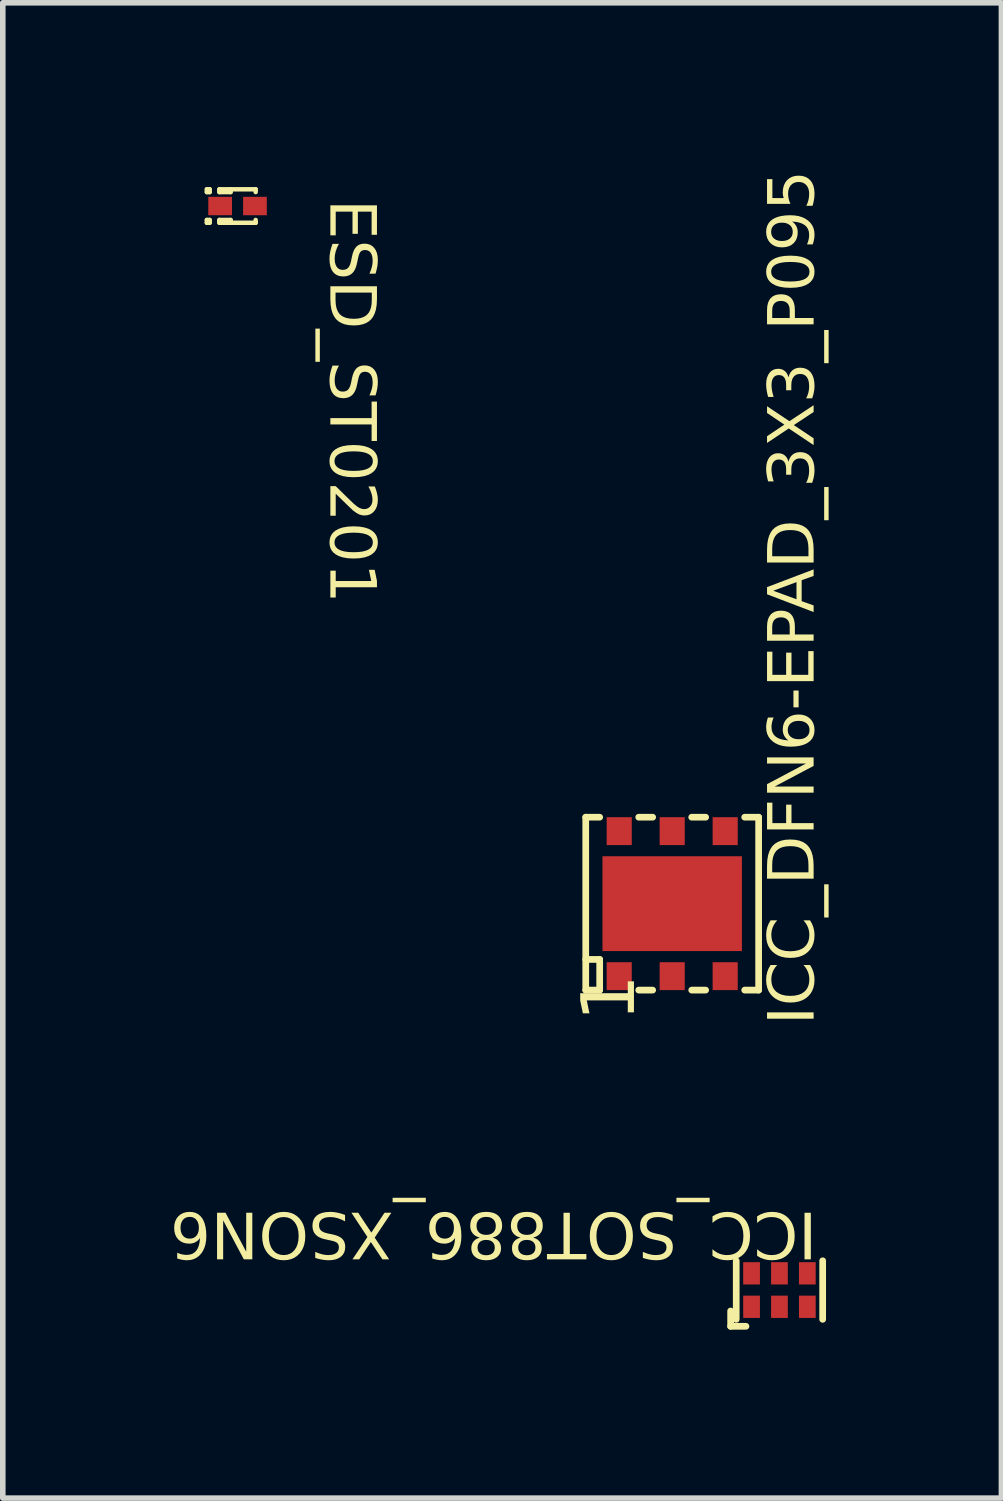
<source format=kicad_pcb>
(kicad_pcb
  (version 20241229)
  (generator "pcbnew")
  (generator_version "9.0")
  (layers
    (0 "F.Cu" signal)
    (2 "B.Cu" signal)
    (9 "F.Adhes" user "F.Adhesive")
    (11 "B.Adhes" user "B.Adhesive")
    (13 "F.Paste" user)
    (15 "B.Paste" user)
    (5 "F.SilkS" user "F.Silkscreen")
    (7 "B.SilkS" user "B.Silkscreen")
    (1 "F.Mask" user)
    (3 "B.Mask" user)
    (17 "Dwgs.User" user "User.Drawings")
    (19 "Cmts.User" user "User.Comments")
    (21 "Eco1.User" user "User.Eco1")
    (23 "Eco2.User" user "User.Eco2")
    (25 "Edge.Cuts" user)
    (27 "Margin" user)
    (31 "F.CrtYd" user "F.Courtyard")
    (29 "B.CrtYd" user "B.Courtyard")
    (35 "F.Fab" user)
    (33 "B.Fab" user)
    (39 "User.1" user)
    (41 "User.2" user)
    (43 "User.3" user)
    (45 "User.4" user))
  (footprint "ESD_ST0201"
    (layer "F.Cu")
    (at 1.209 0.644)
    (property "Reference" "ESD_ST0201" (at 1.525 -0.125 270) (unlocked yes) (layer "F.SilkS") (effects (font (face "Arial") (size 0.819 0.819) (thickness 0.254)) (justify left bottom)))
    (fp_line (start -0.55 -0.3) (end -0.55 -0.25) (stroke (width 0.08) (type solid)) (layer "F.SilkS"))
    (fp_line (start -0.55 0.25) (end -0.55 0.3) (stroke (width 0.08) (type solid)) (layer "F.SilkS"))
    (fp_line (start -0.5 -0.3) (end -0.55 -0.3) (stroke (width 0.08) (type solid)) (layer "F.SilkS"))
    (fp_line (start -0.5 -0.3) (end -0.5 -0.25) (stroke (width 0.08) (type solid)) (layer "F.SilkS"))
    (fp_line (start -0.5 -0.25) (end -0.55 -0.25) (stroke (width 0.08) (type solid)) (layer "F.SilkS"))
    (fp_line (start -0.5 0.25) (end -0.55 0.25) (stroke (width 0.08) (type solid)) (layer "F.SilkS"))
    (fp_line (start -0.5 0.25) (end -0.5 0.3) (stroke (width 0.08) (type solid)) (layer "F.SilkS"))
    (fp_line (start -0.5 0.3) (end -0.55 0.3) (stroke (width 0.08) (type solid)) (layer "F.SilkS"))
    (fp_line (start -0.325 -0.3) (end -0.325 -0.25) (stroke (width 0.08) (type solid)) (layer "F.SilkS"))
    (fp_line (start -0.325 0.25) (end -0.325 0.3) (stroke (width 0.08) (type solid)) (layer "F.SilkS"))
    (fp_line (start -0.125 -0.3) (end -0.125 -0.25) (stroke (width 0.08) (type solid)) (layer "F.SilkS"))
    (fp_line (start -0.125 -0.275) (end -0.325 -0.275) (stroke (width 0.08) (type solid)) (layer "F.SilkS"))
    (fp_line (start -0.125 -0.25) (end -0.325 -0.25) (stroke (width 0.08) (type solid)) (layer "F.SilkS"))
    (fp_line (start -0.125 0.25) (end -0.325 0.25) (stroke (width 0.08) (type solid)) (layer "F.SilkS"))
    (fp_line (start -0.125 0.25) (end -0.125 0.3) (stroke (width 0.08) (type solid)) (layer "F.SilkS"))
    (fp_line (start -0.125 0.275) (end -0.325 0.275) (stroke (width 0.08) (type solid)) (layer "F.SilkS"))
    (fp_line (start 0.325 -0.3) (end -0.325 -0.3) (stroke (width 0.08) (type solid)) (layer "F.SilkS"))
    (fp_line (start 0.325 -0.3) (end 0.325 -0.25) (stroke (width 0.08) (type solid)) (layer "F.SilkS"))
    (fp_line (start 0.325 0.25) (end 0.325 0.3) (stroke (width 0.08) (type solid)) (layer "F.SilkS"))
    (fp_line (start 0.325 0.3) (end -0.325 0.3) (stroke (width 0.08) (type solid)) (layer "F.SilkS"))
    (fp_line (start -0.675 -0.375) (end -0.675 0.375) (stroke (width 0.01) (type solid)) (layer "Eco1.User"))
    (fp_line (start -0.325 -0.175) (end -0.325 0.175) (stroke (width 0.01) (type solid)) (layer "Eco1.User"))
    (fp_line (start 0.325 -0.175) (end -0.325 -0.175) (stroke (width 0.01) (type solid)) (layer "Eco1.User"))
    (fp_line (start 0.325 -0.175) (end 0.325 0.175) (stroke (width 0.01) (type solid)) (layer "Eco1.User"))
    (fp_line (start 0.325 0.175) (end -0.325 0.175) (stroke (width 0.01) (type solid)) (layer "Eco1.User"))
    (fp_line (start 0.675 -0.375) (end -0.675 -0.375) (stroke (width 0.01) (type solid)) (layer "Eco1.User"))
    (fp_line (start 0.675 -0.375) (end 0.675 0.375) (stroke (width 0.01) (type solid)) (layer "Eco1.User"))
    (fp_line (start 0.675 0.375) (end -0.675 0.375) (stroke (width 0.01) (type solid)) (layer "Eco1.User"))
    (fp_rect (start -0.324 0.175) (end -0.149 -0.175) (stroke (width 0.1) (type default)) (fill no) (layer "Eco1.User"))
    (fp_text user "'.Designator'" (at 2.987 -0.512 180) (unlocked yes) (layer "Eco1.User") (effects (font (face "Arial") (size 0.472 0.472) (thickness 0.254)) (justify left bottom)))
    (fp_text user "K" (at -0.4 -0.15 180) (unlocked yes) (layer "Eco1.User") (effects (font (face "Arial") (size 0.283 0.283) (thickness 0.03)) (justify left bottom)))
    (pad "1" smd rect (at -0.312 0) (size 0.425 0.33) (layers "F.Cu" "F.Mask" "F.Paste"))
    (pad "2" smd rect (at 0.312 0) (size 0.425 0.33) (layers "F.Cu" "F.Mask" "F.Paste")))
  (footprint "ICC_SOT886_XSON6"
    (layer "F.Cu")
    (at 10.925 20.08)
    (property "Reference" "ICC_SOT886_XSON6" (at 0.675 -1.525 180) (unlocked yes) (layer "F.SilkS") (effects (font (face "Arial") (size 0.819 0.819) (thickness 0.254)) (justify left bottom)))
    (fp_line (start -0.875 0.375) (end -0.875 0.65) (stroke (width 0.12) (type solid)) (layer "F.SilkS"))
    (fp_line (start -0.775 -0.525) (end -0.775 0.525) (stroke (width 0.12) (type solid)) (layer "F.SilkS"))
    (fp_line (start -0.6 0.65) (end -0.875 0.65) (stroke (width 0.12) (type solid)) (layer "F.SilkS"))
    (fp_line (start 0.775 -0.525) (end 0.775 0.525) (stroke (width 0.12) (type solid)) (layer "F.SilkS"))
    (fp_line (start -0.95 -0.725) (end -0.95 0.725) (stroke (width 0.01) (type solid)) (layer "Eco1.User"))
    (fp_line (start -0.75 -0.525) (end -0.75 0.525) (stroke (width 0.01) (type solid)) (layer "Eco1.User"))
    (fp_line (start -0.625 -0.475) (end -0.625 -0.125) (stroke (width 0.01) (type solid)) (layer "Eco1.User"))
    (fp_line (start -0.625 0.125) (end -0.625 0.475) (stroke (width 0.01) (type solid)) (layer "Eco1.User"))
    (fp_line (start -0.375 -0.475) (end -0.625 -0.475) (stroke (width 0.01) (type solid)) (layer "Eco1.User"))
    (fp_line (start -0.375 -0.475) (end -0.375 -0.125) (stroke (width 0.01) (type solid)) (layer "Eco1.User"))
    (fp_line (start -0.375 -0.125) (end -0.625 -0.125) (stroke (width 0.01) (type solid)) (layer "Eco1.User"))
    (fp_line (start -0.375 0.125) (end -0.625 0.125) (stroke (width 0.01) (type solid)) (layer "Eco1.User"))
    (fp_line (start -0.375 0.125) (end -0.375 0.475) (stroke (width 0.01) (type solid)) (layer "Eco1.User"))
    (fp_line (start -0.375 0.475) (end -0.625 0.475) (stroke (width 0.01) (type solid)) (layer "Eco1.User"))
    (fp_line (start -0.125 -0.475) (end -0.125 -0.125) (stroke (width 0.01) (type solid)) (layer "Eco1.User"))
    (fp_line (start -0.125 0.125) (end -0.125 0.475) (stroke (width 0.01) (type solid)) (layer "Eco1.User"))
    (fp_line (start 0.125 -0.475) (end -0.125 -0.475) (stroke (width 0.01) (type solid)) (layer "Eco1.User"))
    (fp_line (start 0.125 -0.475) (end 0.125 -0.125) (stroke (width 0.01) (type solid)) (layer "Eco1.User"))
    (fp_line (start 0.125 -0.125) (end -0.125 -0.125) (stroke (width 0.01) (type solid)) (layer "Eco1.User"))
    (fp_line (start 0.125 0.125) (end -0.125 0.125) (stroke (width 0.01) (type solid)) (layer "Eco1.User"))
    (fp_line (start 0.125 0.125) (end 0.125 0.475) (stroke (width 0.01) (type solid)) (layer "Eco1.User"))
    (fp_line (start 0.125 0.475) (end -0.125 0.475) (stroke (width 0.01) (type solid)) (layer "Eco1.User"))
    (fp_line (start 0.375 -0.475) (end 0.375 -0.125) (stroke (width 0.01) (type solid)) (layer "Eco1.User"))
    (fp_line (start 0.375 0.125) (end 0.375 0.475) (stroke (width 0.01) (type solid)) (layer "Eco1.User"))
    (fp_line (start 0.625 -0.475) (end 0.375 -0.475) (stroke (width 0.01) (type solid)) (layer "Eco1.User"))
    (fp_line (start 0.625 -0.475) (end 0.625 -0.125) (stroke (width 0.01) (type solid)) (layer "Eco1.User"))
    (fp_line (start 0.625 -0.125) (end 0.375 -0.125) (stroke (width 0.01) (type solid)) (layer "Eco1.User"))
    (fp_line (start 0.625 0.125) (end 0.375 0.125) (stroke (width 0.01) (type solid)) (layer "Eco1.User"))
    (fp_line (start 0.625 0.125) (end 0.625 0.475) (stroke (width 0.01) (type solid)) (layer "Eco1.User"))
    (fp_line (start 0.625 0.475) (end 0.375 0.475) (stroke (width 0.01) (type solid)) (layer "Eco1.User"))
    (fp_line (start 0.75 -0.525) (end -0.75 -0.525) (stroke (width 0.01) (type solid)) (layer "Eco1.User"))
    (fp_line (start 0.75 -0.525) (end 0.75 0.525) (stroke (width 0.01) (type solid)) (layer "Eco1.User"))
    (fp_line (start 0.75 0.525) (end -0.75 0.525) (stroke (width 0.01) (type solid)) (layer "Eco1.User"))
    (fp_line (start 0.95 -0.725) (end -0.95 -0.725) (stroke (width 0.01) (type solid)) (layer "Eco1.User"))
    (fp_line (start 0.95 -0.725) (end 0.95 0.725) (stroke (width 0.01) (type solid)) (layer "Eco1.User"))
    (fp_line (start 0.95 0.725) (end -0.95 0.725) (stroke (width 0.01) (type solid)) (layer "Eco1.User"))
    (fp_text user "'.Designator'" (at 0.762 -0.525 180) (unlocked yes) (layer "Eco1.User") (effects (font (face "Arial") (size 0.472 0.472) (thickness 0.254)) (justify left bottom)))
    (fp_text user "5" (at -0.1 -0.138 0) (unlocked yes) (layer "Eco1.User") (effects (font (face "Arial") (size 0.315 0.315) (thickness 0.05)) (justify left bottom)))
    (fp_text user "3" (at 0.4 0.463 0) (unlocked yes) (layer "Eco1.User") (effects (font (face "Arial") (size 0.315 0.315) (thickness 0.05)) (justify left bottom)))
    (fp_text user "1" (at -0.575 0.463 0) (unlocked yes) (layer "Eco1.User") (effects (font (face "Arial") (size 0.315 0.315) (thickness 0.05)) (justify left bottom)))
    (fp_text user "4" (at 0.388 -0.138 0) (unlocked yes) (layer "Eco1.User") (effects (font (face "Arial") (size 0.315 0.315) (thickness 0.05)) (justify left bottom)))
    (fp_text user "2" (at -0.113 0.463 0) (unlocked yes) (layer "Eco1.User") (effects (font (face "Arial") (size 0.315 0.315) (thickness 0.05)) (justify left bottom)))
    (fp_text user "6" (at -0.6 -0.138 0) (unlocked yes) (layer "Eco1.User") (effects (font (face "Arial") (size 0.315 0.315) (thickness 0.05)) (justify left bottom)))
    (pad "1" smd rect (at -0.5 0.3) (size 0.3 0.4) (layers "F.Cu" "F.Mask" "F.Paste"))
    (pad "2" smd rect (at 0 0.3) (size 0.3 0.4) (layers "F.Cu" "F.Mask" "F.Paste"))
    (pad "3" smd rect (at 0.5 0.3) (size 0.3 0.4) (layers "F.Cu" "F.Mask" "F.Paste"))
    (pad "4" smd rect (at 0.5 -0.3) (size 0.3 0.4) (layers "F.Cu" "F.Mask" "F.Paste"))
    (pad "5" smd rect (at 0 -0.3) (size 0.3 0.4) (layers "F.Cu" "F.Mask" "F.Paste"))
    (pad "6" smd rect (at -0.5 -0.3) (size 0.3 0.4) (layers "F.Cu" "F.Mask" "F.Paste")))
  (footprint "ICC_DFN6-EPAD_3X3_P095"
    (layer "F.Cu")
    (at 9.002 13.152)
    (property "Reference" "ICC_DFN6-EPAD_3X3_P095" (at 2.675 2.175 90) (unlocked yes) (layer "F.SilkS") (effects (font (face "Arial") (size 0.819 0.819) (thickness 0.254)) (justify left bottom)))
    (fp_line (start -1.55 1.55) (end -1.55 -1.55) (stroke (width 0.12) (type solid)) (layer "F.SilkS"))
    (fp_line (start -1.3 -1.55) (end -1.55 -1.55) (stroke (width 0.12) (type solid)) (layer "F.SilkS"))
    (fp_line (start -1.3 1) (end -1.55 1) (stroke (width 0.12) (type solid)) (layer "F.SilkS"))
    (fp_line (start -1.3 1.55) (end -1.55 1.55) (stroke (width 0.12) (type solid)) (layer "F.SilkS"))
    (fp_line (start -1.3 1.55) (end -1.3 1) (stroke (width 0.12) (type solid)) (layer "F.SilkS"))
    (fp_line (start -0.35 -1.55) (end -0.6 -1.55) (stroke (width 0.12) (type solid)) (layer "F.SilkS"))
    (fp_line (start -0.35 1.55) (end -0.6 1.55) (stroke (width 0.12) (type solid)) (layer "F.SilkS"))
    (fp_line (start 0.6 -1.55) (end 0.35 -1.55) (stroke (width 0.12) (type solid)) (layer "F.SilkS"))
    (fp_line (start 0.6 1.55) (end 0.35 1.55) (stroke (width 0.12) (type solid)) (layer "F.SilkS"))
    (fp_line (start 1.55 -1.55) (end 1.3 -1.55) (stroke (width 0.12) (type solid)) (layer "F.SilkS"))
    (fp_line (start 1.55 1.55) (end 1.3 1.55) (stroke (width 0.12) (type solid)) (layer "F.SilkS"))
    (fp_line (start 1.55 1.55) (end 1.55 -1.55) (stroke (width 0.12) (type solid)) (layer "F.SilkS"))
    (fp_line (start -1.75 1.75) (end -1.75 -1.75) (stroke (width 0.01) (type solid)) (layer "Eco1.User"))
    (fp_line (start -1.55 1.55) (end -1.55 -1.55) (stroke (width 0.01) (type solid)) (layer "Eco1.User"))
    (fp_line (start -1.15 1.45) (end -1.15 1.05) (stroke (width 0.01) (type solid)) (layer "Eco1.User"))
    (fp_line (start -0.75 1.05) (end -1.15 1.05) (stroke (width 0.01) (type solid)) (layer "Eco1.User"))
    (fp_line (start -0.75 1.45) (end -1.15 1.45) (stroke (width 0.01) (type solid)) (layer "Eco1.User"))
    (fp_line (start -0.75 1.45) (end -0.75 1.05) (stroke (width 0.01) (type solid)) (layer "Eco1.User"))
    (fp_line (start 1.55 -1.55) (end -1.55 -1.55) (stroke (width 0.01) (type solid)) (layer "Eco1.User"))
    (fp_line (start 1.55 1.55) (end -1.55 1.55) (stroke (width 0.01) (type solid)) (layer "Eco1.User"))
    (fp_line (start 1.55 1.55) (end 1.55 -1.55) (stroke (width 0.01) (type solid)) (layer "Eco1.User"))
    (fp_line (start 1.75 -1.75) (end -1.75 -1.75) (stroke (width 0.01) (type solid)) (layer "Eco1.User"))
    (fp_line (start 1.75 1.75) (end -1.75 1.75) (stroke (width 0.01) (type solid)) (layer "Eco1.User"))
    (fp_line (start 1.75 1.75) (end 1.75 -1.75) (stroke (width 0.01) (type solid)) (layer "Eco1.User"))
    (fp_text user "1" (at -0.525 2.112 90) (unlocked yes) (layer "F.SilkS") (effects (font (face "Arial") (size 0.945 0.945) (thickness 0.08)) (justify left bottom)))
    (fp_text user "'.Designator'" (at 0.55 1.988 90) (unlocked yes) (layer "Eco1.User") (effects (font (face "Arial") (size 0.472 0.472) (thickness 0.254)) (justify left bottom)))
    (pad "1" smd rect (at -0.95 1.3 90) (size 0.5 0.45) (layers "F.Cu" "F.Mask" "F.Paste"))
    (pad "2" smd rect (at 0 1.3 90) (size 0.5 0.45) (layers "F.Cu" "F.Mask" "F.Paste"))
    (pad "3" smd rect (at 0.95 1.3 90) (size 0.5 0.45) (layers "F.Cu" "F.Mask" "F.Paste"))
    (pad "4" smd rect (at 0.95 -1.3 90) (size 0.5 0.45) (layers "F.Cu" "F.Mask" "F.Paste"))
    (pad "5" smd rect (at 0 -1.3 90) (size 0.5 0.45) (layers "F.Cu" "F.Mask" "F.Paste"))
    (pad "6" smd rect (at -0.95 -1.3 90) (size 0.5 0.45) (layers "F.Cu" "F.Mask" "F.Paste"))
    (pad "EP" smd rect (at 0 0) (size 2.5 1.7) (layers "F.Cu" "F.Mask" "F.Paste")))
  (gr_rect
    (start -3 -3)
    (end 14.905 23.81)
    (stroke (width 0.1) (type default))
    (fill no)
    (layer "Edge.Cuts")))
</source>
